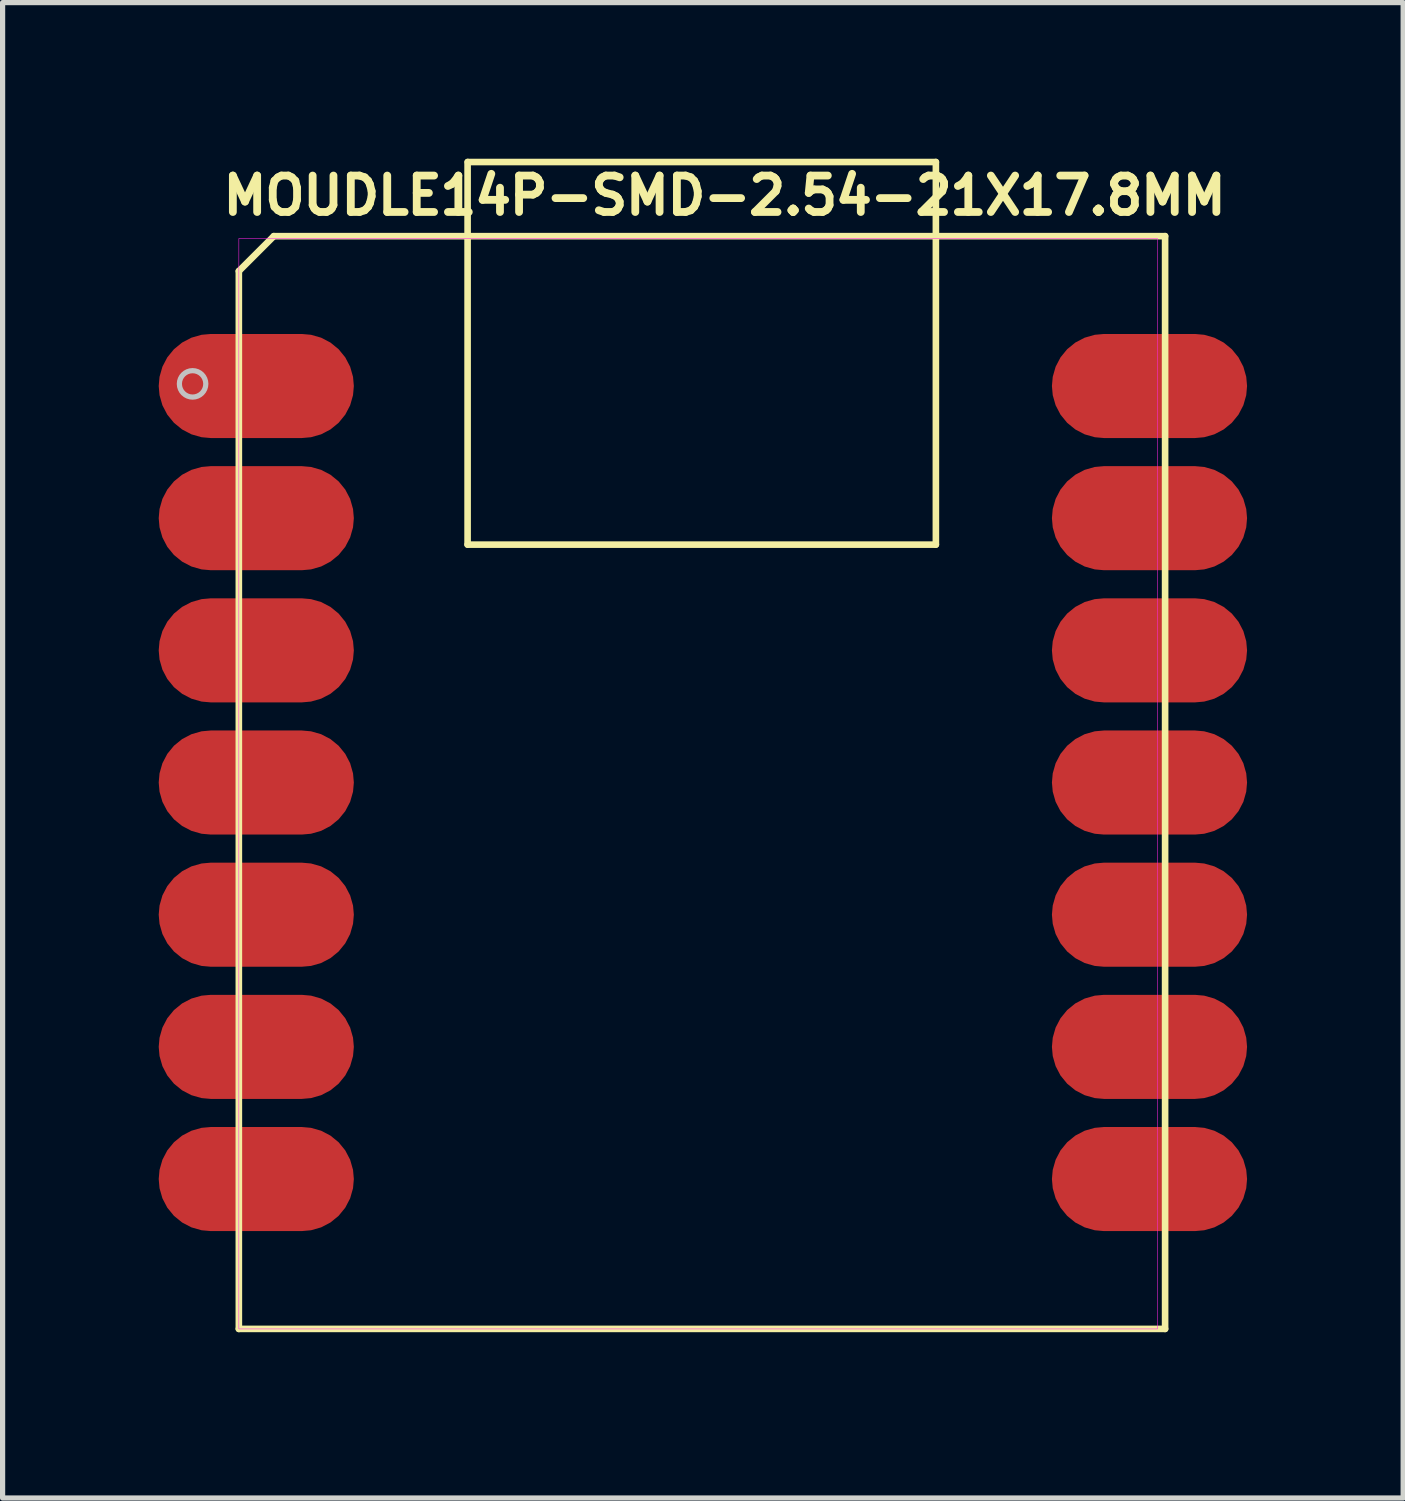
<source format=kicad_pcb>
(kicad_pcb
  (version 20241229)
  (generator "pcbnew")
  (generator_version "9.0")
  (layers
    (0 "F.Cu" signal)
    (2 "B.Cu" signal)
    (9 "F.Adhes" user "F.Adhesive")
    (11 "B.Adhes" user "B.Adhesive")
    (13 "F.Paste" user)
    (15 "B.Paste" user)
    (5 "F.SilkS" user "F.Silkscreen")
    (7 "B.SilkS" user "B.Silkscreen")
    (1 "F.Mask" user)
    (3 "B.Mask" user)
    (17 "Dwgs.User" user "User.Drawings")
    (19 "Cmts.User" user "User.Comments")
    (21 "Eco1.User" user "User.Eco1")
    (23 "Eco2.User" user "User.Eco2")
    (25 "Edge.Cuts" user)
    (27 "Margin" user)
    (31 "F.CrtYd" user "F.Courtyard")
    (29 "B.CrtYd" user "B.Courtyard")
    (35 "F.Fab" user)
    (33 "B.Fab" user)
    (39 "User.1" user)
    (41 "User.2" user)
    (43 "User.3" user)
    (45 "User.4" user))
  (footprint "MOUDLE14P-SMD-2.54-21X17.8MM"
    (layer "F.Cu")
    (at 1.54 22.488)
    (property "Reference" "MOUDLE14P-SMD-2.54-21X17.8MM" (at 9.335 -21.78 0) (layer "F.SilkS") (effects (font (size 0.7 0.7) (thickness 0.15))))
    (attr through_hole)
    (fp_line (start 0 -20.328) (end 0 0) (stroke (width 0.127) (type solid)) (layer "F.SilkS"))
    (fp_line (start 0 0) (end 17.8 0) (stroke (width 0.127) (type solid)) (layer "F.SilkS"))
    (fp_line (start 0.672 -21) (end 0 -20.328) (stroke (width 0.127) (type solid)) (layer "F.SilkS"))
    (fp_line (start 4.396 -15.072) (end 4.396 -22.425) (stroke (width 0.127) (type solid)) (layer "F.SilkS"))
    (fp_line (start 4.4 -22.424) (end 13.395 -22.424) (stroke (width 0.127) (type solid)) (layer "F.SilkS"))
    (fp_line (start 13.395 -22.424) (end 13.395 -15.072) (stroke (width 0.127) (type solid)) (layer "F.SilkS"))
    (fp_line (start 13.395 -15.072) (end 4.396 -15.072) (stroke (width 0.127) (type solid)) (layer "F.SilkS"))
    (fp_line (start 17.8 -21) (end 0.672 -21) (stroke (width 0.127) (type solid)) (layer "F.SilkS"))
    (fp_line (start 17.8 0) (end 17.8 -21) (stroke (width 0.127) (type solid)) (layer "F.SilkS"))
    (fp_circle (center -0.889 -18.161) (end -0.635 -18.161) (stroke (width 0.1) (type solid)) (fill no) (layer "Dwgs.User"))
    (fp_poly (pts (xy 0 -20.955) (xy 17.653 -20.955) (xy 17.653 0) (xy 0 0)) (stroke (width 0.01) (type solid)) (fill no) (layer "F.CrtYd"))
    (pad "1" smd roundrect (at 0.335 -18.12) (size 3.75 2) (layers "F.Cu" "F.Mask" "F.Paste") (roundrect_rratio 0.5))
    (pad "2" smd roundrect (at 0.335 -15.58) (size 3.75 2) (layers "F.Cu" "F.Mask" "F.Paste") (roundrect_rratio 0.5))
    (pad "3" smd roundrect (at 0.335 -13.04) (size 3.75 2) (layers "F.Cu" "F.Mask" "F.Paste") (roundrect_rratio 0.5))
    (pad "4" smd roundrect (at 0.335 -10.5) (size 3.75 2) (layers "F.Cu" "F.Mask" "F.Paste") (roundrect_rratio 0.5))
    (pad "5" smd roundrect (at 0.335 -7.96) (size 3.75 2) (layers "F.Cu" "F.Mask" "F.Paste") (roundrect_rratio 0.5))
    (pad "6" smd roundrect (at 0.335 -5.42) (size 3.75 2) (layers "F.Cu" "F.Mask" "F.Paste") (roundrect_rratio 0.5))
    (pad "7" smd roundrect (at 0.335 -2.88) (size 3.75 2) (layers "F.Cu" "F.Mask" "F.Paste") (roundrect_rratio 0.5))
    (pad "8" smd roundrect (at 17.5 -2.88) (size 3.75 2) (layers "F.Cu" "F.Mask" "F.Paste") (roundrect_rratio 0.5))
    (pad "9" smd roundrect (at 17.5 -5.42) (size 3.75 2) (layers "F.Cu" "F.Mask" "F.Paste") (roundrect_rratio 0.5))
    (pad "10" smd roundrect (at 17.5 -7.96) (size 3.75 2) (layers "F.Cu" "F.Mask" "F.Paste") (roundrect_rratio 0.5))
    (pad "11" smd roundrect (at 17.5 -10.5) (size 3.75 2) (layers "F.Cu" "F.Mask" "F.Paste") (roundrect_rratio 0.5))
    (pad "12" smd roundrect (at 17.5 -13.04) (size 3.75 2) (layers "F.Cu" "F.Mask" "F.Paste") (roundrect_rratio 0.5))
    (pad "13" smd roundrect (at 17.5 -15.58) (size 3.75 2) (layers "F.Cu" "F.Mask" "F.Paste") (roundrect_rratio 0.5))
    (pad "14" smd roundrect (at 17.5 -18.12) (size 3.75 2) (layers "F.Cu" "F.Mask" "F.Paste") (roundrect_rratio 0.5))
    (zone (net_name "") (layer "F.Cu") (hatch full 0.508) (connect_pads) (min_thickness 0.01) (filled_areas_thickness no) (keepout (tracks not_allowed) (vias not_allowed) (pads not_allowed) (copperpour not_allowed) (footprints allowed)) (placement (enabled no)) (fill) (polygon (pts (xy 4.524 9.725) (xy 7.446 9.725) (xy 7.446 11.757) (xy 4.524 11.757))))
    (zone (net_name "") (layer "F.Cu") (hatch full 0.508) (connect_pads) (min_thickness 0.01) (filled_areas_thickness no) (keepout (tracks not_allowed) (vias not_allowed) (pads not_allowed) (copperpour not_allowed) (footprints allowed)) (placement (enabled no)) (fill) (polygon (pts (xy 5.223 1.407) (xy 7.001 1.407) (xy 7.001 4.074) (xy 5.223 4.074))))
    (zone (net_name "") (layer "F.Cu") (hatch full 0.508) (connect_pads) (min_thickness 0.01) (filled_areas_thickness no) (keepout (tracks not_allowed) (vias not_allowed) (pads not_allowed) (copperpour not_allowed) (footprints allowed)) (placement (enabled no)) (fill) (polygon (pts (xy 5.223 5.471) (xy 7.001 5.471) (xy 7.001 8.137) (xy 5.223 8.137))))
    (zone (net_name "") (layer "F.Cu") (hatch full 0.508) (connect_pads) (min_thickness 0.01) (filled_areas_thickness no) (keepout (tracks not_allowed) (vias not_allowed) (pads not_allowed) (copperpour not_allowed) (footprints allowed)) (placement (enabled no)) (fill) (polygon (pts (xy 7.89 2.168) (xy 13.097 2.168) (xy 13.097 9.153) (xy 7.89 9.153))))
    (zone (net_name "") (layer "F.Cu") (hatch full 0.508) (connect_pads) (min_thickness 0.01) (filled_areas_thickness no) (keepout (tracks not_allowed) (vias not_allowed) (pads not_allowed) (copperpour not_allowed) (footprints allowed)) (placement (enabled no)) (fill) (polygon (pts (xy 7.89 19.314) (xy 13.605 19.314) (xy 13.605 21.854) (xy 7.89 21.854))))
    (zone (net_name "") (layer "F.Cu") (hatch full 0.508) (connect_pads) (min_thickness 0.01) (filled_areas_thickness no) (keepout (tracks not_allowed) (vias not_allowed) (pads not_allowed) (copperpour not_allowed) (footprints allowed)) (placement (enabled no)) (fill) (polygon (pts (xy 11.319 11.185) (xy 14.367 11.185) (xy 14.367 14.233) (xy 11.319 14.233))))
    (zone (net_name "") (layer "F.Cu") (hatch full 0.508) (connect_pads) (min_thickness 0.01) (filled_areas_thickness no) (keepout (tracks not_allowed) (vias not_allowed) (pads not_allowed) (copperpour not_allowed) (footprints allowed)) (placement (enabled no)) (fill) (polygon (pts (xy 13.859 1.407) (xy 15.637 1.407) (xy 15.637 4.074) (xy 13.859 4.074))))
    (zone (net_name "") (layer "F.Cu") (hatch full 0.508) (connect_pads) (min_thickness 0.01) (filled_areas_thickness no) (keepout (tracks not_allowed) (vias not_allowed) (pads not_allowed) (copperpour not_allowed) (footprints allowed)) (placement (enabled no)) (fill) (polygon (pts (xy 13.859 5.471) (xy 15.637 5.471) (xy 15.637 8.137) (xy 13.859 8.137)))))
  (gr_rect
    (start -3 -3)
    (end 23.915 25.738)
    (stroke (width 0.1) (type default))
    (fill no)
    (layer "Edge.Cuts")))
</source>
